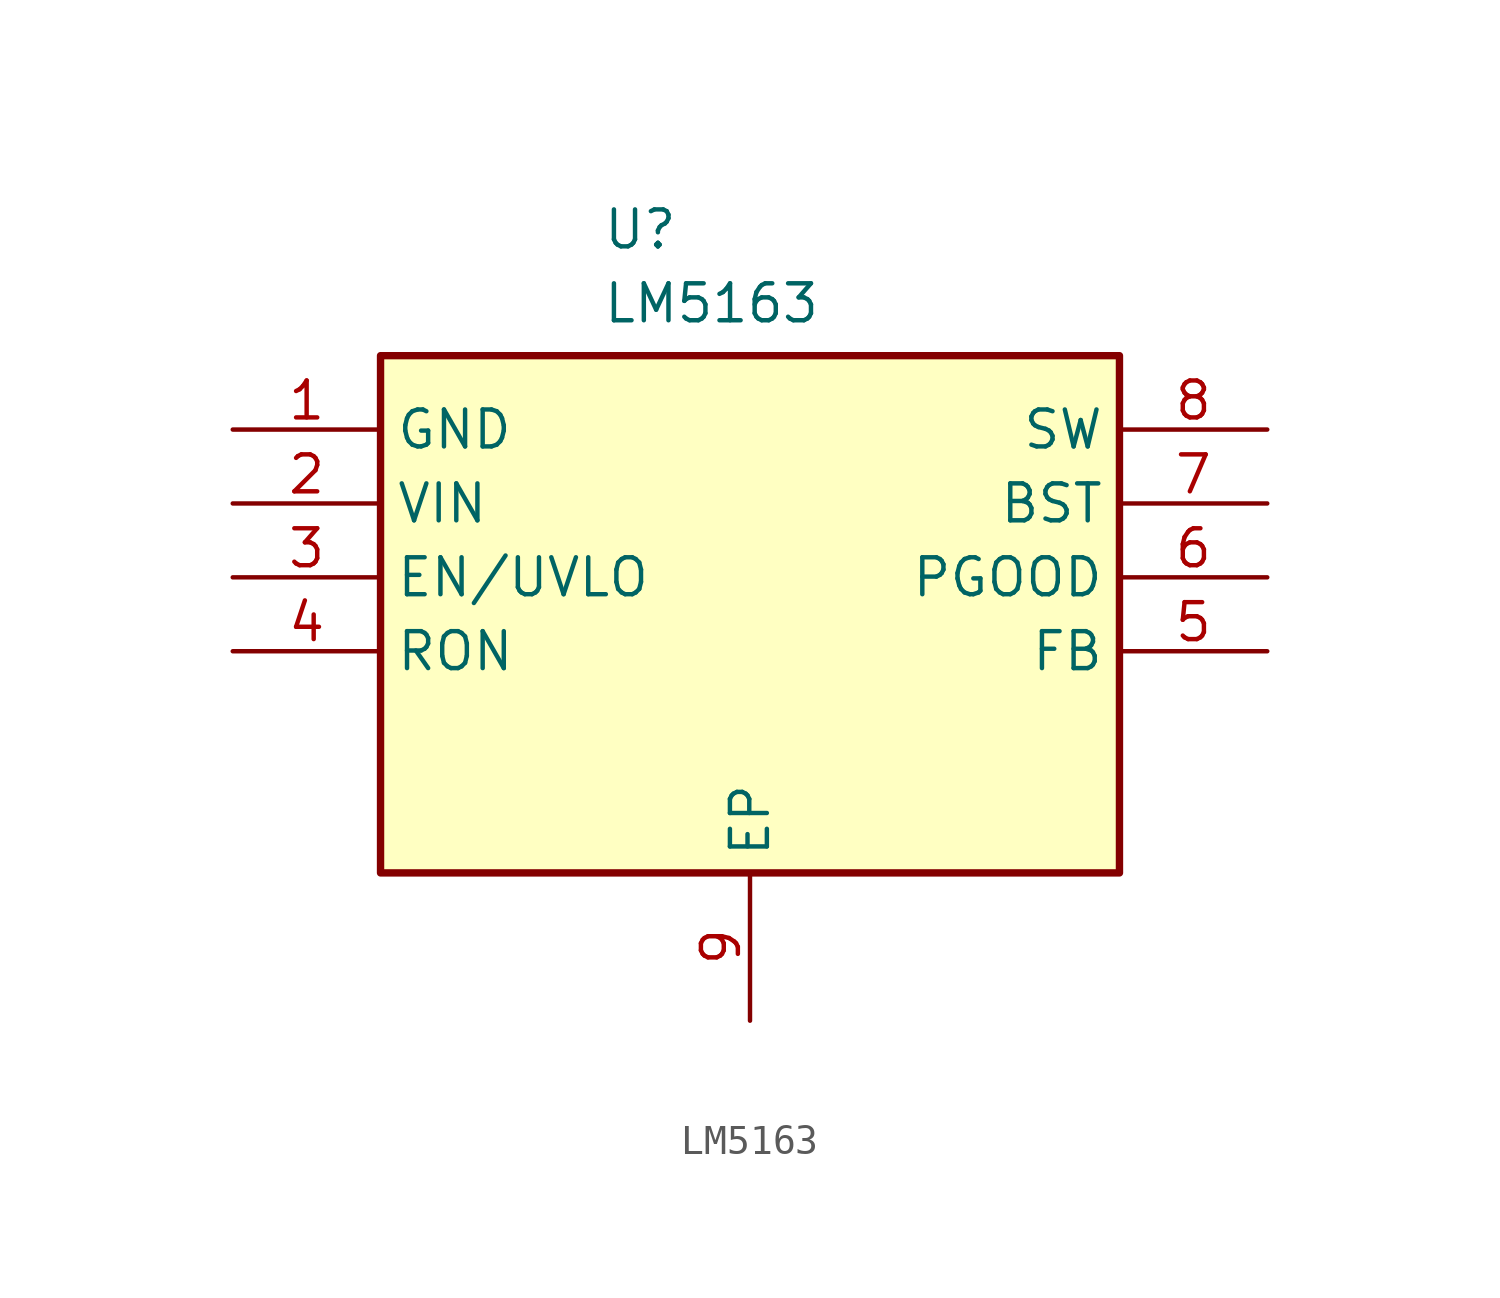
<source format=kicad_sym>
(kicad_symbol_lib
  (version 20220914)
  (generator kicad_db_lib)
  (symbol "LM5163"
    (property "Reference" "U"
      (at -5.08 11.43 0)
      (effects (font (size 1.27 1.27)) (justify left top)))
    (property "Value" "LM5163"
      (at -5.08 8.89 0)
      (effects (font (size 1.27 1.27)) (justify left top)))
    (symbol "LM5163_1_1"
      (rectangle (start -12.7 6.35) (end 12.7 -11.43) (stroke (width 0.254) (type default)) (fill (type background)))
      (pin passive line (at -17.78 3.81 0) (length 5.08) (name "GND" (effects (font (size 1.27 1.27)))) (number "1" (effects (font (size 1.27 1.27)))))
      (pin passive line (at -17.78 1.27 0) (length 5.08) (name "VIN" (effects (font (size 1.27 1.27)))) (number "2" (effects (font (size 1.27 1.27)))))
      (pin passive line (at -17.78 -1.27 0) (length 5.08) (name "EN/UVLO" (effects (font (size 1.27 1.27)))) (number "3" (effects (font (size 1.27 1.27)))))
      (pin passive line (at -17.78 -3.81 0) (length 5.08) (name "RON" (effects (font (size 1.27 1.27)))) (number "4" (effects (font (size 1.27 1.27)))))
      (pin passive line (at 17.78 -3.81 180) (length 5.08) (name "FB" (effects (font (size 1.27 1.27)))) (number "5" (effects (font (size 1.27 1.27)))))
      (pin passive line (at 17.78 -1.27 180) (length 5.08) (name "PGOOD" (effects (font (size 1.27 1.27)))) (number "6" (effects (font (size 1.27 1.27)))))
      (pin passive line (at 17.78 1.27 180) (length 5.08) (name "BST" (effects (font (size 1.27 1.27)))) (number "7" (effects (font (size 1.27 1.27)))))
      (pin passive line (at 17.78 3.81 180) (length 5.08) (name "SW" (effects (font (size 1.27 1.27)))) (number "8" (effects (font (size 1.27 1.27)))))
      (pin passive line (at 0 -16.51 90) (length 5.08) (name "EP" (effects (font (size 1.27 1.27)))) (number "9" (effects (font (size 1.27 1.27))))))))
</source>
